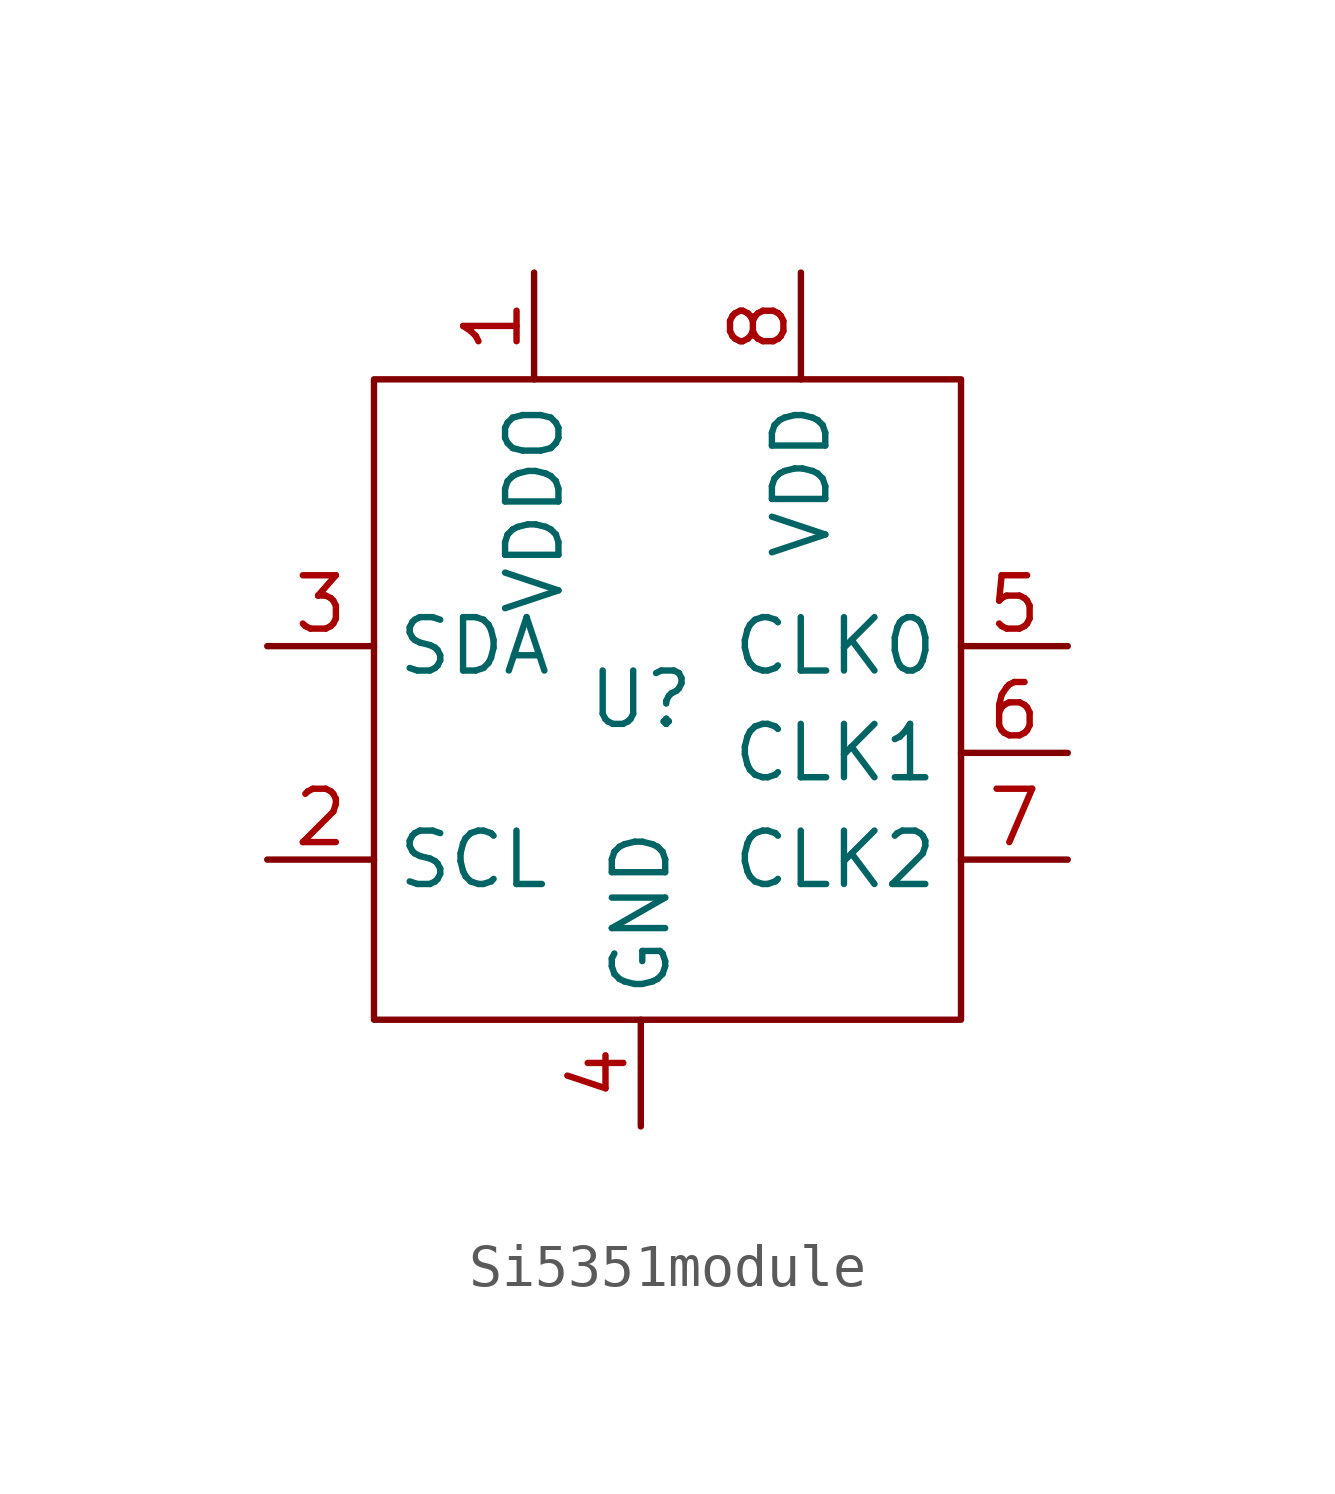
<source format=kicad_sym>
(kicad_symbol_lib
  (version 20231120)
  (generator "kicad_symbol_editor")
  (generator_version "8.0")
  (symbol "Si5351module"
    (property "Reference" "U"
      (at 0 0 0)
      (effects (font (size 1.27 1.27))))
    (property "Value" ""
      (at 0 0 0)
      (effects (font (size 1.27 1.27))))
    (symbol "Si5351module_0_1"
      (rectangle (start -6.35 7.62) (end 7.62 -7.62) (stroke (width 0) (type default)) (fill (type none))))
    (symbol "Si5351module_1_1"
      (pin power_in line (at -2.54 10.16 270) (length 2.54) (name "VDDO" (effects (font (size 1.27 1.27)))) (number "1" (effects (font (size 1.27 1.27)))))
      (pin passive line (at -8.89 -3.81 0) (length 2.54) (name "SCL" (effects (font (size 1.27 1.27)))) (number "2" (effects (font (size 1.27 1.27)))))
      (pin passive line (at -8.89 1.27 0) (length 2.54) (name "SDA" (effects (font (size 1.27 1.27)))) (number "3" (effects (font (size 1.27 1.27)))))
      (pin power_in line (at 0 -10.16 90) (length 2.54) (name "GND" (effects (font (size 1.27 1.27)))) (number "4" (effects (font (size 1.27 1.27)))))
      (pin output line (at 10.16 1.27 180) (length 2.54) (name "CLK0" (effects (font (size 1.27 1.27)))) (number "5" (effects (font (size 1.27 1.27)))))
      (pin output line (at 10.16 -1.27 180) (length 2.54) (name "CLK1" (effects (font (size 1.27 1.27)))) (number "6" (effects (font (size 1.27 1.27)))))
      (pin output line (at 10.16 -3.81 180) (length 2.54) (name "CLK2" (effects (font (size 1.27 1.27)))) (number "7" (effects (font (size 1.27 1.27)))))
      (pin power_in line (at 3.81 10.16 270) (length 2.54) (name "VDD" (effects (font (size 1.27 1.27)))) (number "8" (effects (font (size 1.27 1.27))))))))
</source>
